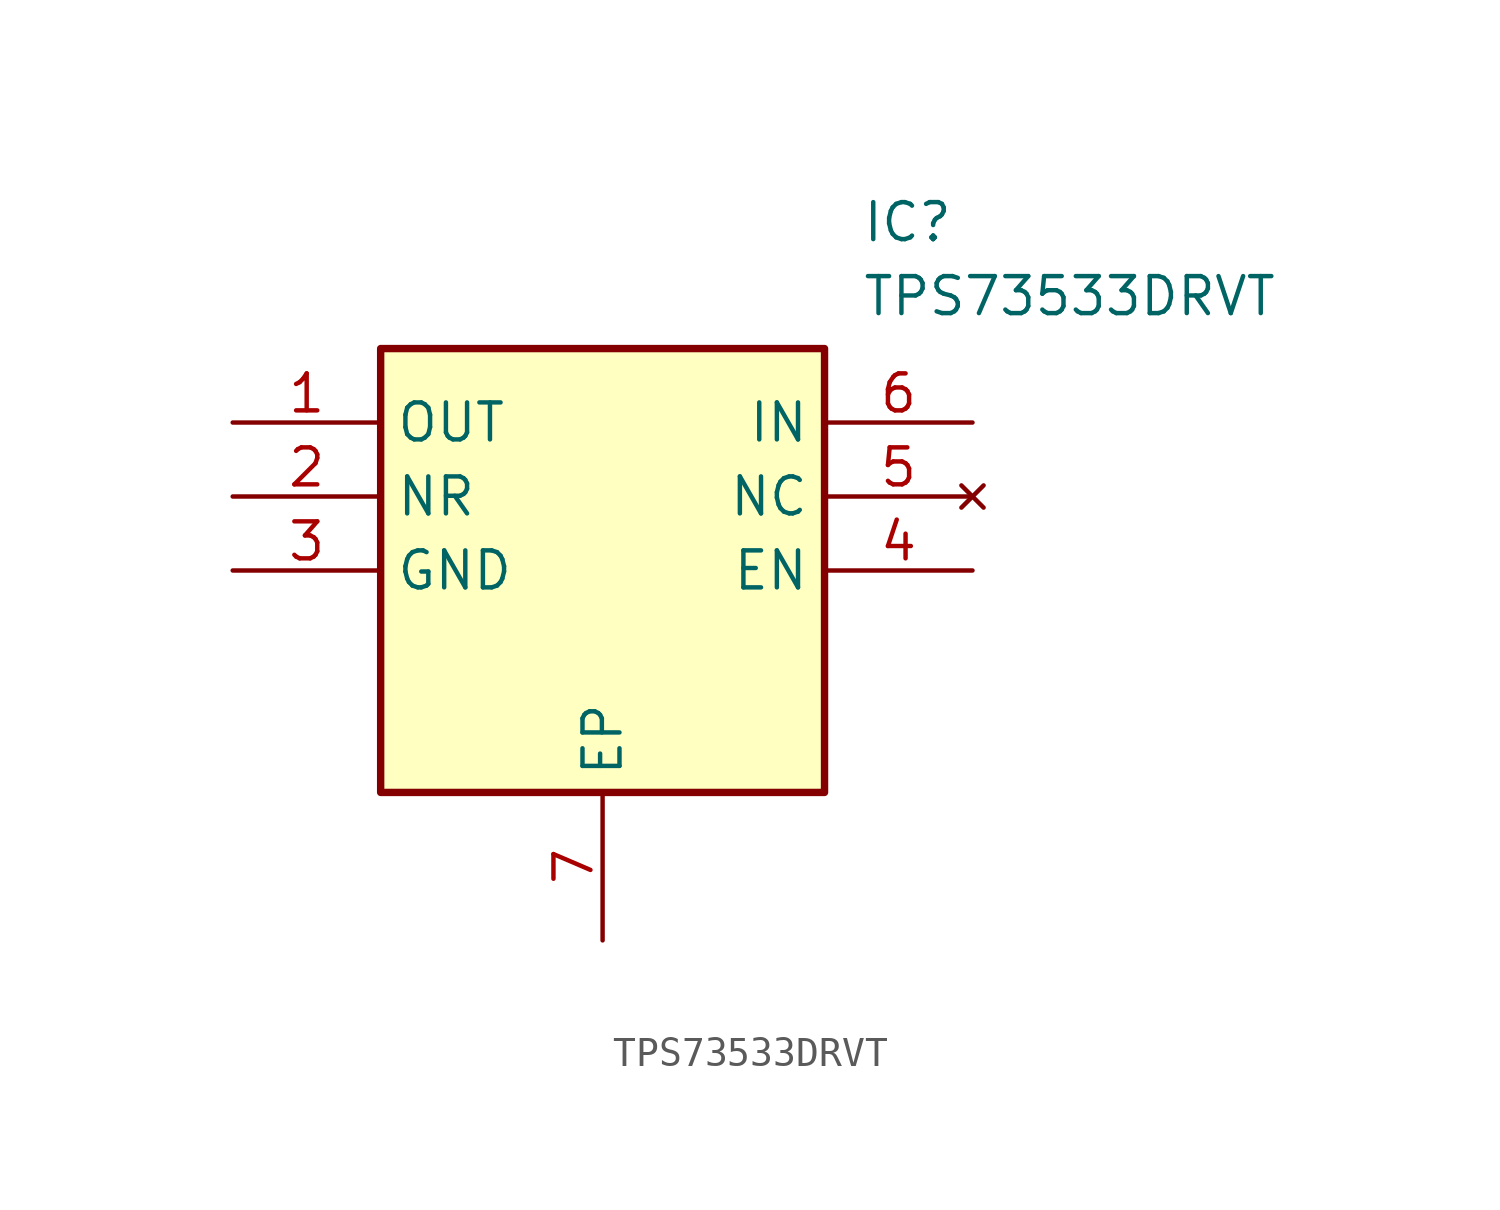
<source format=kicad_sym>
(kicad_symbol_lib
  (version 20211014)
  (generator SamacSys_ECAD_Model)
  (symbol "TPS73533DRVT"
    (property "Reference" "IC"
      (at 21.59 7.62 0)
      (effects (font (size 1.27 1.27)) (justify left top)))
    (property "Value" "TPS73533DRVT"
      (at 21.59 5.08 0)
      (effects (font (size 1.27 1.27)) (justify left top)))
    (rectangle
      (start 5.08 2.54)
      (end 20.32 -12.7)
      (stroke (width 0.254) (type default))
      (fill (type background)))
    (pin passive line
      (at 0 0 0)
      (length 5.08)
      (name "OUT" (effects (font (size 1.27 1.27))))
      (number "1" (effects (font (size 1.27 1.27)))))
    (pin passive line
      (at 0 -2.54 0)
      (length 5.08)
      (name "NR" (effects (font (size 1.27 1.27))))
      (number "2" (effects (font (size 1.27 1.27)))))
    (pin passive line
      (at 0 -5.08 0)
      (length 5.08)
      (name "GND" (effects (font (size 1.27 1.27))))
      (number "3" (effects (font (size 1.27 1.27)))))
    (pin passive line
      (at 12.7 -17.78 90)
      (length 5.08)
      (name "EP" (effects (font (size 1.27 1.27))))
      (number "7" (effects (font (size 1.27 1.27)))))
    (pin passive line
      (at 25.4 0 180)
      (length 5.08)
      (name "IN" (effects (font (size 1.27 1.27))))
      (number "6" (effects (font (size 1.27 1.27)))))
    (pin no_connect line
      (at 25.4 -2.54 180)
      (length 5.08)
      (name "NC" (effects (font (size 1.27 1.27))))
      (number "5" (effects (font (size 1.27 1.27)))))
    (pin passive line
      (at 25.4 -5.08 180)
      (length 5.08)
      (name "EN" (effects (font (size 1.27 1.27))))
      (number "4" (effects (font (size 1.27 1.27)))))))
</source>
